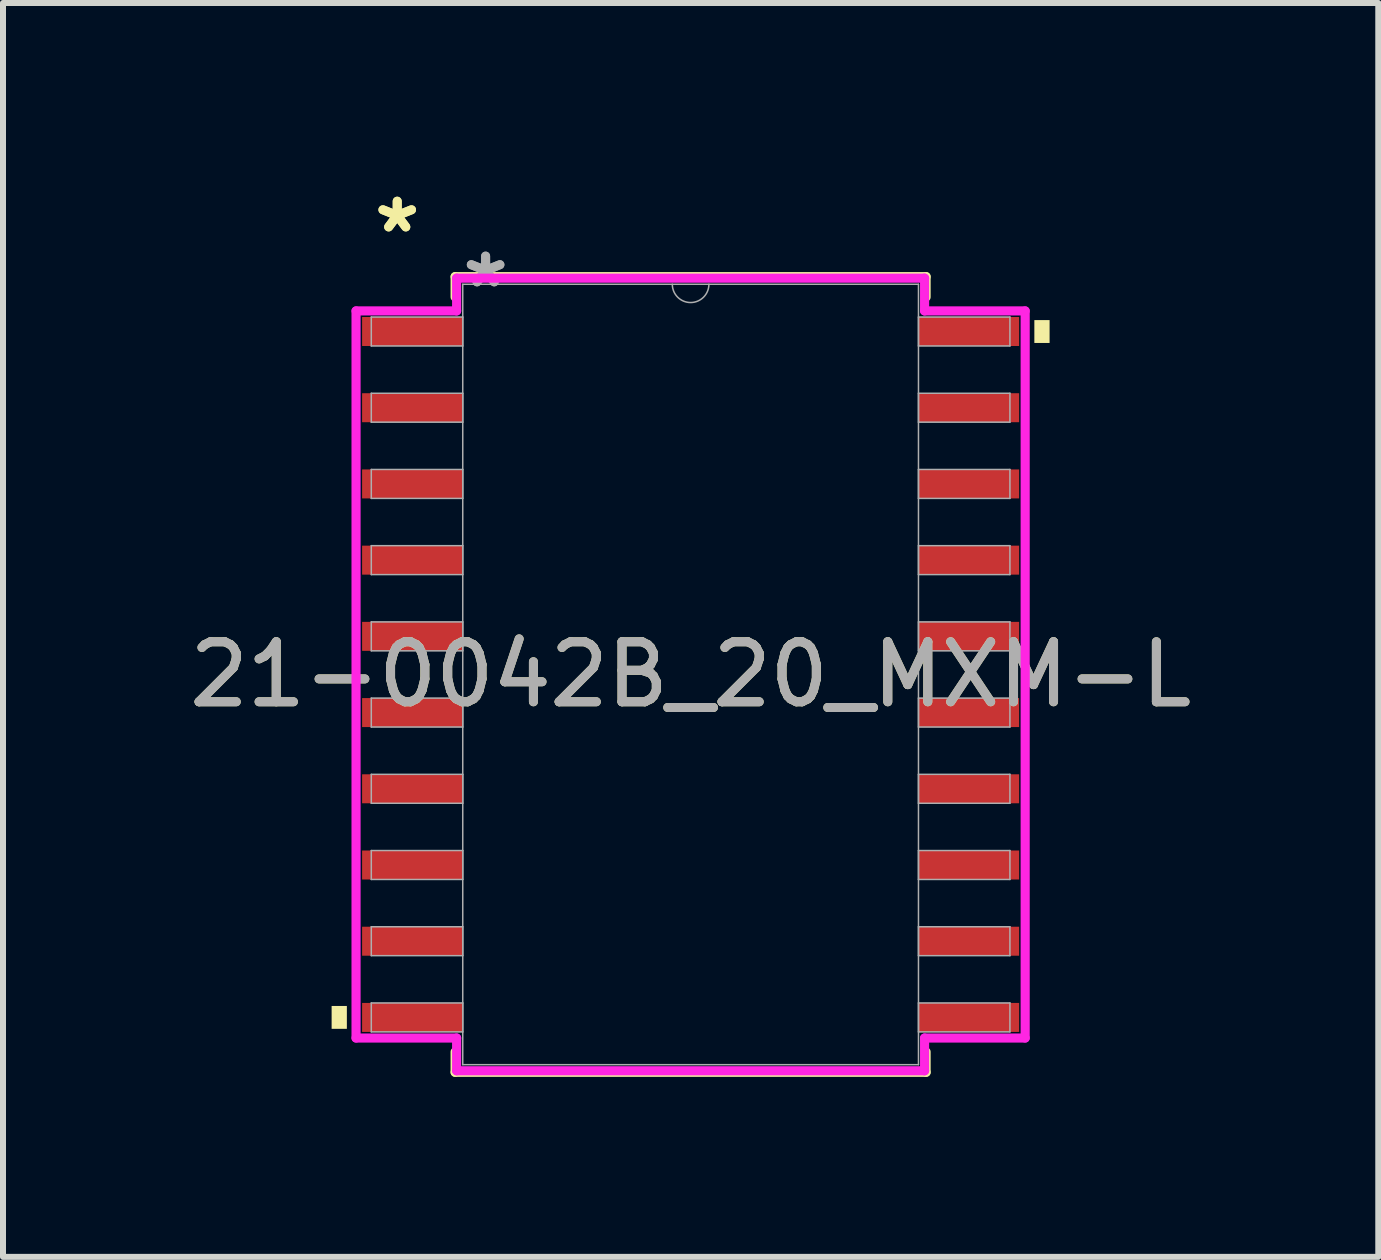
<source format=kicad_pcb>
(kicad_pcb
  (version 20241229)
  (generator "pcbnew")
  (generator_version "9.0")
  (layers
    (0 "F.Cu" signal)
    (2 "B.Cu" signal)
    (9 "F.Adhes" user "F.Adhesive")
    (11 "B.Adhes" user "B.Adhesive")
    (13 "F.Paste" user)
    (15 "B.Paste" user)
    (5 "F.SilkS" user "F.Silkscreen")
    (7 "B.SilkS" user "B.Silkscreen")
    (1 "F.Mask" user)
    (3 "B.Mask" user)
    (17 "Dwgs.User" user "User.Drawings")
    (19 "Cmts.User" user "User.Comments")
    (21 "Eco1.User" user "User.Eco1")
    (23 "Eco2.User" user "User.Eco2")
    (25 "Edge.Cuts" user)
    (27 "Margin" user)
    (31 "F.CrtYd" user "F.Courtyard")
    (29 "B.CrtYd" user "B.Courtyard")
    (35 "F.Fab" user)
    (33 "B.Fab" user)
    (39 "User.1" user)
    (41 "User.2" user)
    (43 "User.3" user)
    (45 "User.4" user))
  (footprint "21-0042B_20_MXM-L"
    (layer "F.Cu")
    (at 8.458 8.189)
    (property "Reference" "21-0042B_20_MXM-L" (at 0 0 0) (unlocked yes) (layer "F.SilkS") (effects (font (size 1 1) (thickness 0.15))))
    (attr smd)
    (fp_line (start -3.924 -6.629) (end -3.924 -6.289) (stroke (width 0.152) (type solid)) (layer "F.SilkS"))
    (fp_line (start -3.924 6.289) (end -3.924 6.629) (stroke (width 0.152) (type solid)) (layer "F.SilkS"))
    (fp_line (start -3.924 6.629) (end 3.924 6.629) (stroke (width 0.152) (type solid)) (layer "F.SilkS"))
    (fp_line (start 3.924 -6.629) (end -3.924 -6.629) (stroke (width 0.152) (type solid)) (layer "F.SilkS"))
    (fp_line (start 3.924 -6.289) (end 3.924 -6.629) (stroke (width 0.152) (type solid)) (layer "F.SilkS"))
    (fp_line (start 3.924 6.629) (end 3.924 6.289) (stroke (width 0.152) (type solid)) (layer "F.SilkS"))
    (fp_poly (pts (xy -5.982 5.524) (xy -5.982 5.905) (xy -5.728 5.905) (xy -5.728 5.524)) (stroke (width 0) (type solid)) (fill yes) (layer "F.SilkS"))
    (fp_poly (pts (xy 5.982 -5.905) (xy 5.982 -5.524) (xy 5.728 -5.524) (xy 5.728 -5.905)) (stroke (width 0) (type solid)) (fill yes) (layer "F.SilkS"))
    (fp_line (start -5.575 -6.058) (end -3.899 -6.058) (stroke (width 0.152) (type solid)) (layer "F.CrtYd"))
    (fp_line (start -5.575 6.058) (end -5.575 -6.058) (stroke (width 0.152) (type solid)) (layer "F.CrtYd"))
    (fp_line (start -5.575 6.058) (end -3.899 6.058) (stroke (width 0.152) (type solid)) (layer "F.CrtYd"))
    (fp_line (start -3.899 -6.604) (end 3.899 -6.604) (stroke (width 0.152) (type solid)) (layer "F.CrtYd"))
    (fp_line (start -3.899 -6.058) (end -3.899 -6.604) (stroke (width 0.152) (type solid)) (layer "F.CrtYd"))
    (fp_line (start -3.899 6.604) (end -3.899 6.058) (stroke (width 0.152) (type solid)) (layer "F.CrtYd"))
    (fp_line (start 3.899 -6.604) (end 3.899 -6.058) (stroke (width 0.152) (type solid)) (layer "F.CrtYd"))
    (fp_line (start 3.899 6.058) (end 3.899 6.604) (stroke (width 0.152) (type solid)) (layer "F.CrtYd"))
    (fp_line (start 3.899 6.604) (end -3.899 6.604) (stroke (width 0.152) (type solid)) (layer "F.CrtYd"))
    (fp_line (start 5.575 -6.058) (end 3.899 -6.058) (stroke (width 0.152) (type solid)) (layer "F.CrtYd"))
    (fp_line (start 5.575 -6.058) (end 5.575 6.058) (stroke (width 0.152) (type solid)) (layer "F.CrtYd"))
    (fp_line (start 5.575 6.058) (end 3.899 6.058) (stroke (width 0.152) (type solid)) (layer "F.CrtYd"))
    (fp_line (start -5.321 -5.956) (end -5.321 -5.474) (stroke (width 0.025) (type solid)) (layer "F.Fab"))
    (fp_line (start -5.321 -5.474) (end -3.797 -5.474) (stroke (width 0.025) (type solid)) (layer "F.Fab"))
    (fp_line (start -5.321 -4.686) (end -5.321 -4.204) (stroke (width 0.025) (type solid)) (layer "F.Fab"))
    (fp_line (start -5.321 -4.204) (end -3.797 -4.204) (stroke (width 0.025) (type solid)) (layer "F.Fab"))
    (fp_line (start -5.321 -3.416) (end -5.321 -2.934) (stroke (width 0.025) (type solid)) (layer "F.Fab"))
    (fp_line (start -5.321 -2.934) (end -3.797 -2.934) (stroke (width 0.025) (type solid)) (layer "F.Fab"))
    (fp_line (start -5.321 -2.146) (end -5.321 -1.664) (stroke (width 0.025) (type solid)) (layer "F.Fab"))
    (fp_line (start -5.321 -1.664) (end -3.797 -1.664) (stroke (width 0.025) (type solid)) (layer "F.Fab"))
    (fp_line (start -5.321 -0.876) (end -5.321 -0.394) (stroke (width 0.025) (type solid)) (layer "F.Fab"))
    (fp_line (start -5.321 -0.394) (end -3.797 -0.394) (stroke (width 0.025) (type solid)) (layer "F.Fab"))
    (fp_line (start -5.321 0.394) (end -5.321 0.876) (stroke (width 0.025) (type solid)) (layer "F.Fab"))
    (fp_line (start -5.321 0.876) (end -3.797 0.876) (stroke (width 0.025) (type solid)) (layer "F.Fab"))
    (fp_line (start -5.321 1.664) (end -5.321 2.146) (stroke (width 0.025) (type solid)) (layer "F.Fab"))
    (fp_line (start -5.321 2.146) (end -3.797 2.146) (stroke (width 0.025) (type solid)) (layer "F.Fab"))
    (fp_line (start -5.321 2.934) (end -5.321 3.416) (stroke (width 0.025) (type solid)) (layer "F.Fab"))
    (fp_line (start -5.321 3.416) (end -3.797 3.416) (stroke (width 0.025) (type solid)) (layer "F.Fab"))
    (fp_line (start -5.321 4.204) (end -5.321 4.686) (stroke (width 0.025) (type solid)) (layer "F.Fab"))
    (fp_line (start -5.321 4.686) (end -3.797 4.686) (stroke (width 0.025) (type solid)) (layer "F.Fab"))
    (fp_line (start -5.321 5.474) (end -5.321 5.956) (stroke (width 0.025) (type solid)) (layer "F.Fab"))
    (fp_line (start -5.321 5.956) (end -3.797 5.956) (stroke (width 0.025) (type solid)) (layer "F.Fab"))
    (fp_line (start -3.797 -6.502) (end -3.797 6.502) (stroke (width 0.025) (type solid)) (layer "F.Fab"))
    (fp_line (start -3.797 -5.956) (end -5.321 -5.956) (stroke (width 0.025) (type solid)) (layer "F.Fab"))
    (fp_line (start -3.797 -5.474) (end -3.797 -5.956) (stroke (width 0.025) (type solid)) (layer "F.Fab"))
    (fp_line (start -3.797 -4.686) (end -5.321 -4.686) (stroke (width 0.025) (type solid)) (layer "F.Fab"))
    (fp_line (start -3.797 -4.204) (end -3.797 -4.686) (stroke (width 0.025) (type solid)) (layer "F.Fab"))
    (fp_line (start -3.797 -3.416) (end -5.321 -3.416) (stroke (width 0.025) (type solid)) (layer "F.Fab"))
    (fp_line (start -3.797 -2.934) (end -3.797 -3.416) (stroke (width 0.025) (type solid)) (layer "F.Fab"))
    (fp_line (start -3.797 -2.146) (end -5.321 -2.146) (stroke (width 0.025) (type solid)) (layer "F.Fab"))
    (fp_line (start -3.797 -1.664) (end -3.797 -2.146) (stroke (width 0.025) (type solid)) (layer "F.Fab"))
    (fp_line (start -3.797 -0.876) (end -5.321 -0.876) (stroke (width 0.025) (type solid)) (layer "F.Fab"))
    (fp_line (start -3.797 -0.394) (end -3.797 -0.876) (stroke (width 0.025) (type solid)) (layer "F.Fab"))
    (fp_line (start -3.797 0.394) (end -5.321 0.394) (stroke (width 0.025) (type solid)) (layer "F.Fab"))
    (fp_line (start -3.797 0.876) (end -3.797 0.394) (stroke (width 0.025) (type solid)) (layer "F.Fab"))
    (fp_line (start -3.797 1.664) (end -5.321 1.664) (stroke (width 0.025) (type solid)) (layer "F.Fab"))
    (fp_line (start -3.797 2.146) (end -3.797 1.664) (stroke (width 0.025) (type solid)) (layer "F.Fab"))
    (fp_line (start -3.797 2.934) (end -5.321 2.934) (stroke (width 0.025) (type solid)) (layer "F.Fab"))
    (fp_line (start -3.797 3.416) (end -3.797 2.934) (stroke (width 0.025) (type solid)) (layer "F.Fab"))
    (fp_line (start -3.797 4.204) (end -5.321 4.204) (stroke (width 0.025) (type solid)) (layer "F.Fab"))
    (fp_line (start -3.797 4.686) (end -3.797 4.204) (stroke (width 0.025) (type solid)) (layer "F.Fab"))
    (fp_line (start -3.797 5.474) (end -5.321 5.474) (stroke (width 0.025) (type solid)) (layer "F.Fab"))
    (fp_line (start -3.797 5.956) (end -3.797 5.474) (stroke (width 0.025) (type solid)) (layer "F.Fab"))
    (fp_line (start -3.797 6.502) (end 3.797 6.502) (stroke (width 0.025) (type solid)) (layer "F.Fab"))
    (fp_line (start 3.797 -6.502) (end -3.797 -6.502) (stroke (width 0.025) (type solid)) (layer "F.Fab"))
    (fp_line (start 3.797 -5.956) (end 3.797 -5.474) (stroke (width 0.025) (type solid)) (layer "F.Fab"))
    (fp_line (start 3.797 -5.474) (end 5.321 -5.474) (stroke (width 0.025) (type solid)) (layer "F.Fab"))
    (fp_line (start 3.797 -4.686) (end 3.797 -4.204) (stroke (width 0.025) (type solid)) (layer "F.Fab"))
    (fp_line (start 3.797 -4.204) (end 5.321 -4.204) (stroke (width 0.025) (type solid)) (layer "F.Fab"))
    (fp_line (start 3.797 -3.416) (end 3.797 -2.934) (stroke (width 0.025) (type solid)) (layer "F.Fab"))
    (fp_line (start 3.797 -2.934) (end 5.321 -2.934) (stroke (width 0.025) (type solid)) (layer "F.Fab"))
    (fp_line (start 3.797 -2.146) (end 3.797 -1.664) (stroke (width 0.025) (type solid)) (layer "F.Fab"))
    (fp_line (start 3.797 -1.664) (end 5.321 -1.664) (stroke (width 0.025) (type solid)) (layer "F.Fab"))
    (fp_line (start 3.797 -0.876) (end 3.797 -0.394) (stroke (width 0.025) (type solid)) (layer "F.Fab"))
    (fp_line (start 3.797 -0.394) (end 5.321 -0.394) (stroke (width 0.025) (type solid)) (layer "F.Fab"))
    (fp_line (start 3.797 0.394) (end 3.797 0.876) (stroke (width 0.025) (type solid)) (layer "F.Fab"))
    (fp_line (start 3.797 0.876) (end 5.321 0.876) (stroke (width 0.025) (type solid)) (layer "F.Fab"))
    (fp_line (start 3.797 1.664) (end 3.797 2.146) (stroke (width 0.025) (type solid)) (layer "F.Fab"))
    (fp_line (start 3.797 2.146) (end 5.321 2.146) (stroke (width 0.025) (type solid)) (layer "F.Fab"))
    (fp_line (start 3.797 2.934) (end 3.797 3.416) (stroke (width 0.025) (type solid)) (layer "F.Fab"))
    (fp_line (start 3.797 3.416) (end 5.321 3.416) (stroke (width 0.025) (type solid)) (layer "F.Fab"))
    (fp_line (start 3.797 4.204) (end 3.797 4.686) (stroke (width 0.025) (type solid)) (layer "F.Fab"))
    (fp_line (start 3.797 4.686) (end 5.321 4.686) (stroke (width 0.025) (type solid)) (layer "F.Fab"))
    (fp_line (start 3.797 5.474) (end 3.797 5.956) (stroke (width 0.025) (type solid)) (layer "F.Fab"))
    (fp_line (start 3.797 5.956) (end 5.321 5.956) (stroke (width 0.025) (type solid)) (layer "F.Fab"))
    (fp_line (start 3.797 6.502) (end 3.797 -6.502) (stroke (width 0.025) (type solid)) (layer "F.Fab"))
    (fp_line (start 5.321 -5.956) (end 3.797 -5.956) (stroke (width 0.025) (type solid)) (layer "F.Fab"))
    (fp_line (start 5.321 -5.474) (end 5.321 -5.956) (stroke (width 0.025) (type solid)) (layer "F.Fab"))
    (fp_line (start 5.321 -4.686) (end 3.797 -4.686) (stroke (width 0.025) (type solid)) (layer "F.Fab"))
    (fp_line (start 5.321 -4.204) (end 5.321 -4.686) (stroke (width 0.025) (type solid)) (layer "F.Fab"))
    (fp_line (start 5.321 -3.416) (end 3.797 -3.416) (stroke (width 0.025) (type solid)) (layer "F.Fab"))
    (fp_line (start 5.321 -2.934) (end 5.321 -3.416) (stroke (width 0.025) (type solid)) (layer "F.Fab"))
    (fp_line (start 5.321 -2.146) (end 3.797 -2.146) (stroke (width 0.025) (type solid)) (layer "F.Fab"))
    (fp_line (start 5.321 -1.664) (end 5.321 -2.146) (stroke (width 0.025) (type solid)) (layer "F.Fab"))
    (fp_line (start 5.321 -0.876) (end 3.797 -0.876) (stroke (width 0.025) (type solid)) (layer "F.Fab"))
    (fp_line (start 5.321 -0.394) (end 5.321 -0.876) (stroke (width 0.025) (type solid)) (layer "F.Fab"))
    (fp_line (start 5.321 0.394) (end 3.797 0.394) (stroke (width 0.025) (type solid)) (layer "F.Fab"))
    (fp_line (start 5.321 0.876) (end 5.321 0.394) (stroke (width 0.025) (type solid)) (layer "F.Fab"))
    (fp_line (start 5.321 1.664) (end 3.797 1.664) (stroke (width 0.025) (type solid)) (layer "F.Fab"))
    (fp_line (start 5.321 2.146) (end 5.321 1.664) (stroke (width 0.025) (type solid)) (layer "F.Fab"))
    (fp_line (start 5.321 2.934) (end 3.797 2.934) (stroke (width 0.025) (type solid)) (layer "F.Fab"))
    (fp_line (start 5.321 3.416) (end 5.321 2.934) (stroke (width 0.025) (type solid)) (layer "F.Fab"))
    (fp_line (start 5.321 4.204) (end 3.797 4.204) (stroke (width 0.025) (type solid)) (layer "F.Fab"))
    (fp_line (start 5.321 4.686) (end 5.321 4.204) (stroke (width 0.025) (type solid)) (layer "F.Fab"))
    (fp_line (start 5.321 5.474) (end 3.797 5.474) (stroke (width 0.025) (type solid)) (layer "F.Fab"))
    (fp_line (start 5.321 5.956) (end 5.321 5.474) (stroke (width 0.025) (type solid)) (layer "F.Fab"))
    (fp_arc (start 0.3048 -6.5024) (mid 0 -6.1976) (end -0.3048 -6.5024) (stroke (width 0.0254) (type solid)) (layer "F.Fab"))
    (fp_text user "*" (at -4.889 -7.341 0) (layer "F.SilkS") (effects (font (size 1 1) (thickness 0.15))))
    (fp_text user "*" (at -4.889 -7.341 0) (unlocked yes) (layer "F.SilkS") (effects (font (size 1 1) (thickness 0.15))))
    (fp_text user "*" (at -3.416 -6.426 0) (layer "F.Fab") (effects (font (size 1 1) (thickness 0.15))))
    (fp_text user "*" (at -3.416 -6.426 0) (unlocked yes) (layer "F.Fab") (effects (font (size 1 1) (thickness 0.15))))
    (fp_text user "${REFERENCE}" (at 0 0 0) (unlocked yes) (layer "F.Fab") (effects (font (size 1 1) (thickness 0.15))))
    (pad "1" smd rect (at -4.636 -5.715) (size 1.676 0.483) (layers "F.Cu" "F.Mask" "F.Paste"))
    (pad "2" smd rect (at -4.636 -4.445) (size 1.676 0.483) (layers "F.Cu" "F.Mask" "F.Paste"))
    (pad "3" smd rect (at -4.636 -3.175) (size 1.676 0.483) (layers "F.Cu" "F.Mask" "F.Paste"))
    (pad "4" smd rect (at -4.636 -1.905) (size 1.676 0.483) (layers "F.Cu" "F.Mask" "F.Paste"))
    (pad "5" smd rect (at -4.636 -0.635) (size 1.676 0.483) (layers "F.Cu" "F.Mask" "F.Paste"))
    (pad "6" smd rect (at -4.636 0.635) (size 1.676 0.483) (layers "F.Cu" "F.Mask" "F.Paste"))
    (pad "7" smd rect (at -4.636 1.905) (size 1.676 0.483) (layers "F.Cu" "F.Mask" "F.Paste"))
    (pad "8" smd rect (at -4.636 3.175) (size 1.676 0.483) (layers "F.Cu" "F.Mask" "F.Paste"))
    (pad "9" smd rect (at -4.636 4.445) (size 1.676 0.483) (layers "F.Cu" "F.Mask" "F.Paste"))
    (pad "10" smd rect (at -4.636 5.715) (size 1.676 0.483) (layers "F.Cu" "F.Mask" "F.Paste"))
    (pad "11" smd rect (at 4.636 5.715) (size 1.676 0.483) (layers "F.Cu" "F.Mask" "F.Paste"))
    (pad "12" smd rect (at 4.636 4.445) (size 1.676 0.483) (layers "F.Cu" "F.Mask" "F.Paste"))
    (pad "13" smd rect (at 4.636 3.175) (size 1.676 0.483) (layers "F.Cu" "F.Mask" "F.Paste"))
    (pad "14" smd rect (at 4.636 1.905) (size 1.676 0.483) (layers "F.Cu" "F.Mask" "F.Paste"))
    (pad "15" smd rect (at 4.636 0.635) (size 1.676 0.483) (layers "F.Cu" "F.Mask" "F.Paste"))
    (pad "16" smd rect (at 4.636 -0.635) (size 1.676 0.483) (layers "F.Cu" "F.Mask" "F.Paste"))
    (pad "17" smd rect (at 4.636 -1.905) (size 1.676 0.483) (layers "F.Cu" "F.Mask" "F.Paste"))
    (pad "18" smd rect (at 4.636 -3.175) (size 1.676 0.483) (layers "F.Cu" "F.Mask" "F.Paste"))
    (pad "19" smd rect (at 4.636 -4.445) (size 1.676 0.483) (layers "F.Cu" "F.Mask" "F.Paste"))
    (pad "20" smd rect (at 4.636 -5.715) (size 1.676 0.483) (layers "F.Cu" "F.Mask" "F.Paste")))
  (gr_rect
    (start -3 -3)
    (end 19.917 17.894)
    (stroke (width 0.1) (type default))
    (fill no)
    (layer "Edge.Cuts")))
</source>
